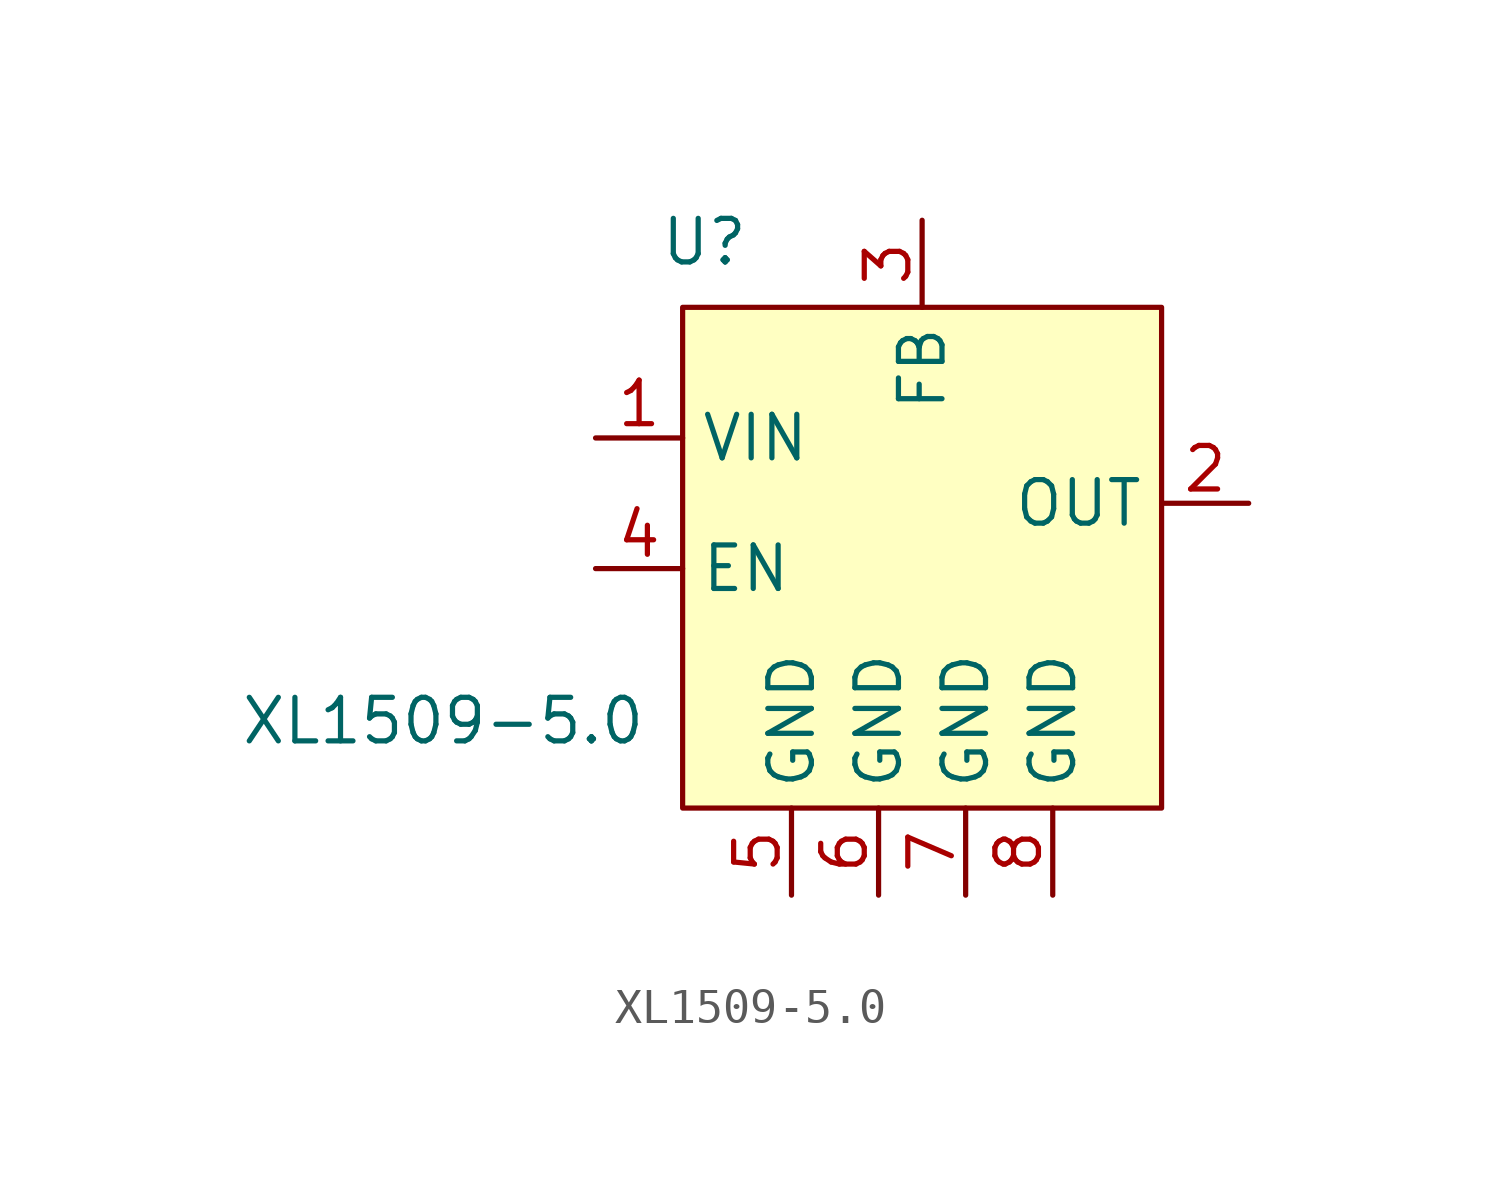
<source format=kicad_sym>
(kicad_symbol_lib
  (version 20211014)
  (generator kicad_symbol_editor)
  (symbol "XL1509-5.0"
    (property "Reference" "U"
      (at -5.08 10.16 0)
      (effects (font (size 1.27 1.27))))
    (property "Value" "XL1509-5.0"
      (at -12.7 -3.81 0)
      (effects (font (size 1.27 1.27))))
    (symbol "XL1509-5.0_0_1"
      (rectangle (start -5.715 8.255) (end 8.255 -6.35) (stroke (width 0.152) (type default) (color 0 0 0 0)) (fill (type background))))
    (symbol "XL1509-5.0_1_1"
      (pin input line (at -8.255 4.445 0) (length 2.54) (name "VIN" (effects (font (size 1.27 1.27)))) (number "1" (effects (font (size 1.27 1.27)))))
      (pin input line (at 10.795 2.54 180) (length 2.54) (name "OUT" (effects (font (size 1.27 1.27)))) (number "2" (effects (font (size 1.27 1.27)))))
      (pin input line (at 1.27 10.795 270) (length 2.54) (name "FB" (effects (font (size 1.27 1.27)))) (number "3" (effects (font (size 1.27 1.27)))))
      (pin input line (at -8.255 0.635 0) (length 2.54) (name "EN" (effects (font (size 1.27 1.27)))) (number "4" (effects (font (size 1.27 1.27)))))
      (pin input line (at -2.54 -8.89 90) (length 2.54) (name "GND" (effects (font (size 1.27 1.27)))) (number "5" (effects (font (size 1.27 1.27)))))
      (pin input line (at 0 -8.89 90) (length 2.54) (name "GND" (effects (font (size 1.27 1.27)))) (number "6" (effects (font (size 1.27 1.27)))))
      (pin input line (at 2.54 -8.89 90) (length 2.54) (name "GND" (effects (font (size 1.27 1.27)))) (number "7" (effects (font (size 1.27 1.27)))))
      (pin input line (at 5.08 -8.89 90) (length 2.54) (name "GND" (effects (font (size 1.27 1.27)))) (number "8" (effects (font (size 1.27 1.27))))))))
</source>
